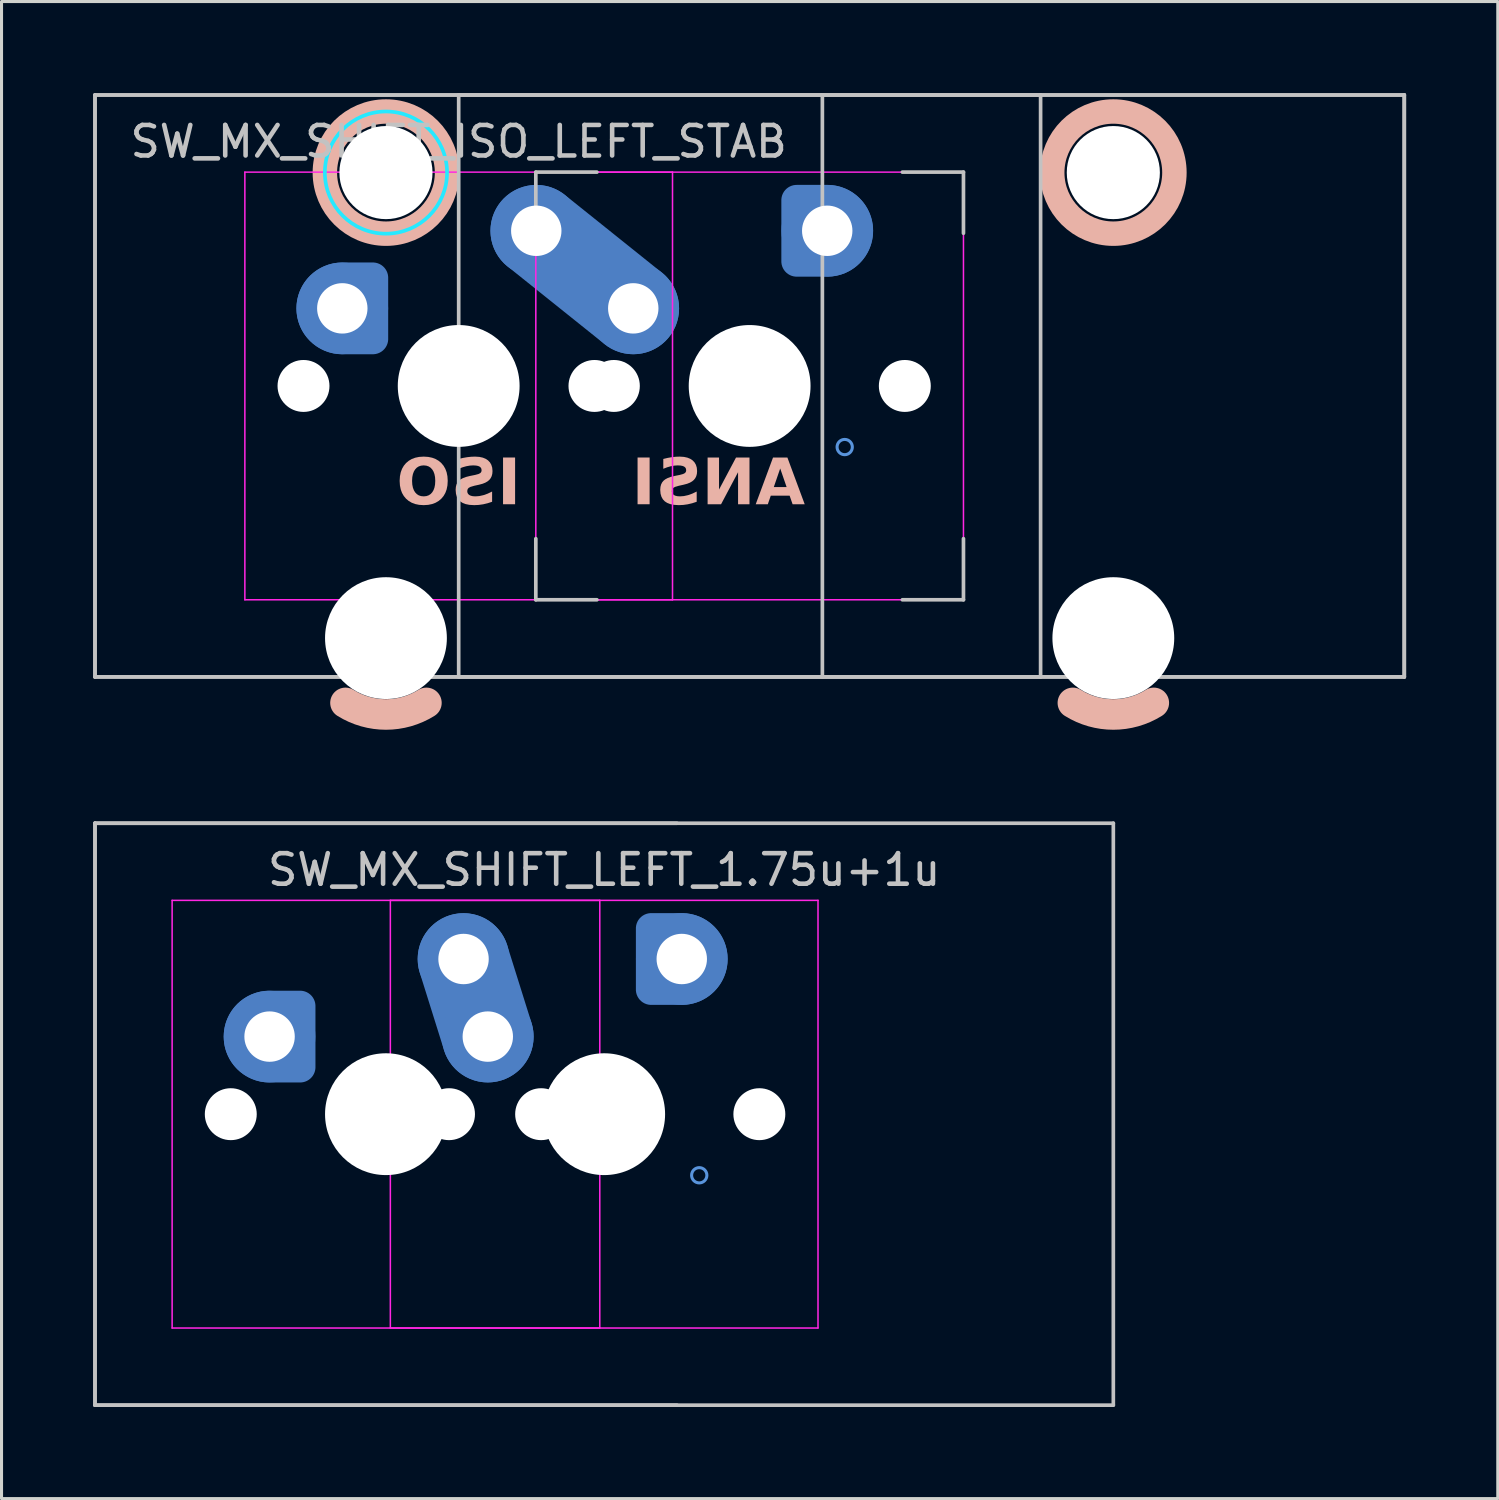
<source format=kicad_pcb>
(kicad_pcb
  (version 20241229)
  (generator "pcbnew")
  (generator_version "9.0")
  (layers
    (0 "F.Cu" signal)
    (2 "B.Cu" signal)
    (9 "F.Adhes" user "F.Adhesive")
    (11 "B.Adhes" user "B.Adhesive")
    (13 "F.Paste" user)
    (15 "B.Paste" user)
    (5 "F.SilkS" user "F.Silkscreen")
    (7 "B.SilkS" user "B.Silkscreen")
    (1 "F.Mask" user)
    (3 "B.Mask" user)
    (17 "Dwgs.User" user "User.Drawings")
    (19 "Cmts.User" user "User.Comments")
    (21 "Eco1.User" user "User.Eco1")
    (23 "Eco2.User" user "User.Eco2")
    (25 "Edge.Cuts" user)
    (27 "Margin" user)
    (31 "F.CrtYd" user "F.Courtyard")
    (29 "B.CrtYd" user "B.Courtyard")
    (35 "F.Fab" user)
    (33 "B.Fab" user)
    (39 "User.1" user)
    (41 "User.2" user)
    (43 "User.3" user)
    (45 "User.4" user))
  (footprint "SW_MX_SHIFT_ISO_LEFT_STAB"
    (layer "F.Cu")
    (at 11.966 9.585)
    (property "Reference" "SW_MX_SHIFT_ISO_LEFT_STAB" (at 0 -8 0) (layer "Dwgs.User") (effects (font (size 1 1) (thickness 0.15))))
    (attr through_hole exclude_from_pos_files exclude_from_bom)
    (fp_arc (start -1.056252 10.374995) (mid -2.38125 10.755) (end -3.706248 10.374995) (stroke (width 1) (type default)) (layer "B.SilkS"))
    (fp_arc (start 22.756248 10.374995) (mid 21.43125 10.755) (end 20.106252 10.374995) (stroke (width 1) (type default)) (layer "B.SilkS"))
    (fp_circle (center -2.381 -6.985) (end -4.381 -6.985) (stroke (width 0.8) (type solid)) (fill no) (layer "B.SilkS"))
    (fp_circle (center 21.431 -6.985) (end 19.431 -6.985) (stroke (width 0.8) (type solid)) (fill no) (layer "B.SilkS"))
    (fp_line (start -11.906 -9.525) (end -11.906 9.525) (stroke (width 0.12) (type solid)) (layer "Dwgs.User"))
    (fp_line (start -11.906 -9.525) (end -11.906 9.525) (stroke (width 0.12) (type solid)) (layer "Dwgs.User"))
    (fp_line (start -11.906 -9.525) (end 30.956 -9.525) (stroke (width 0.12) (type solid)) (layer "Dwgs.User"))
    (fp_line (start -11.906 -9.525) (end 30.956 -9.525) (stroke (width 0.12) (type solid)) (layer "Dwgs.User"))
    (fp_line (start -11.906 9.525) (end 30.956 9.525) (stroke (width 0.12) (type solid)) (layer "Dwgs.User"))
    (fp_line (start -11.906 9.525) (end 30.956 9.525) (stroke (width 0.12) (type solid)) (layer "Dwgs.User"))
    (fp_line (start 0 9.525) (end 0 -9.525) (stroke (width 0.12) (type solid)) (layer "Dwgs.User"))
    (fp_line (start 0 9.525) (end 19.05 9.525) (stroke (width 0.12) (type solid)) (layer "Dwgs.User"))
    (fp_line (start 2.525 -7) (end 4.525 -7) (stroke (width 0.12) (type solid)) (layer "Dwgs.User"))
    (fp_line (start 2.525 -5) (end 2.525 -7) (stroke (width 0.12) (type solid)) (layer "Dwgs.User"))
    (fp_line (start 2.525 7) (end 2.525 5) (stroke (width 0.12) (type solid)) (layer "Dwgs.User"))
    (fp_line (start 4.525 7) (end 2.525 7) (stroke (width 0.12) (type solid)) (layer "Dwgs.User"))
    (fp_line (start 11.906 -9.525) (end 11.906 9.525) (stroke (width 0.12) (type solid)) (layer "Dwgs.User"))
    (fp_line (start 14.525 -7) (end 16.525 -7) (stroke (width 0.12) (type solid)) (layer "Dwgs.User"))
    (fp_line (start 14.525 7) (end 16.525 7) (stroke (width 0.12) (type solid)) (layer "Dwgs.User"))
    (fp_line (start 16.525 -7) (end 16.525 -5) (stroke (width 0.12) (type solid)) (layer "Dwgs.User"))
    (fp_line (start 16.525 7) (end 16.525 5) (stroke (width 0.12) (type solid)) (layer "Dwgs.User"))
    (fp_line (start 19.05 -9.525) (end 0 -9.525) (stroke (width 0.12) (type solid)) (layer "Dwgs.User"))
    (fp_line (start 19.05 9.525) (end 19.05 -9.525) (stroke (width 0.12) (type solid)) (layer "Dwgs.User"))
    (fp_line (start 30.956 -9.525) (end 30.956 9.525) (stroke (width 0.12) (type solid)) (layer "Dwgs.User"))
    (fp_line (start 30.956 -9.525) (end 30.956 9.525) (stroke (width 0.12) (type solid)) (layer "Dwgs.User"))
    (fp_circle (center -3.81 -2.54) (end -3.81 -2.79) (stroke (width 0.1) (type default)) (fill no) (layer "Cmts.User"))
    (fp_circle (center 12.065 -5.08) (end 12.065 -4.83) (stroke (width 0.1) (type default)) (fill no) (layer "Cmts.User"))
    (fp_circle (center 12.637 2) (end 12.637 1.75) (stroke (width 0.1) (type default)) (fill no) (layer "Cmts.User"))
    (fp_line (start -7 6.5) (end -7 -6.5) (stroke (width 0.05) (type solid)) (layer "Eco2.User"))
    (fp_line (start -6.5 -7) (end 6.5 -7) (stroke (width 0.05) (type solid)) (layer "Eco2.User"))
    (fp_line (start -5.756 -5.5) (end -5.756 7.5) (stroke (width 0.05) (type solid)) (layer "Eco2.User"))
    (fp_line (start -5.256 -6) (end 0.494 -6) (stroke (width 0.05) (type solid)) (layer "Eco2.User"))
    (fp_line (start -5.256 8) (end 0.494 8) (stroke (width 0.05) (type solid)) (layer "Eco2.User"))
    (fp_line (start 0.994 -5.5) (end 0.994 7.5) (stroke (width 0.05) (type solid)) (layer "Eco2.User"))
    (fp_line (start 2.525 6.5) (end 2.525 -6.5) (stroke (width 0.05) (type solid)) (layer "Eco2.User"))
    (fp_line (start 3.025 -7) (end 16.025 -7) (stroke (width 0.05) (type solid)) (layer "Eco2.User"))
    (fp_line (start 6.5 7) (end -6.5 7) (stroke (width 0.05) (type solid)) (layer "Eco2.User"))
    (fp_line (start 7 -6.5) (end 7 6.5) (stroke (width 0.05) (type solid)) (layer "Eco2.User"))
    (fp_line (start 16.025 7) (end 3.025 7) (stroke (width 0.05) (type solid)) (layer "Eco2.User"))
    (fp_line (start 16.525 -6.5) (end 16.525 6.5) (stroke (width 0.05) (type solid)) (layer "Eco2.User"))
    (fp_line (start 18.056 -5.5) (end 18.056 7.5) (stroke (width 0.05) (type solid)) (layer "Eco2.User"))
    (fp_line (start 18.556 -6) (end 24.305 -6) (stroke (width 0.05) (type solid)) (layer "Eco2.User"))
    (fp_line (start 18.556 8) (end 24.306 8) (stroke (width 0.05) (type solid)) (layer "Eco2.User"))
    (fp_line (start 24.805 -5.5) (end 24.806 7.5) (stroke (width 0.05) (type solid)) (layer "Eco2.User"))
    (fp_arc (start -7 -6.5) (mid -6.853553 -6.853553) (end -6.5 -7) (stroke (width 0.05) (type solid)) (layer "Eco2.User"))
    (fp_arc (start -6.5 7) (mid -6.853553 6.853553) (end -7 6.5) (stroke (width 0.05) (type solid)) (layer "Eco2.User"))
    (fp_arc (start -5.75625 -5.499999) (mid -5.609803 -5.853552) (end -5.25625 -5.999999) (stroke (width 0.05) (type solid)) (layer "Eco2.User"))
    (fp_arc (start -5.25625 8.000001) (mid -5.609803 7.853554) (end -5.75625 7.500001) (stroke (width 0.05) (type solid)) (layer "Eco2.User"))
    (fp_arc (start 0.49375 -5.999999) (mid 0.847303 -5.853552) (end 0.99375 -5.499999) (stroke (width 0.05) (type solid)) (layer "Eco2.User"))
    (fp_arc (start 0.99375 7.500001) (mid 0.847303 7.853554) (end 0.49375 8.000001) (stroke (width 0.05) (type solid)) (layer "Eco2.User"))
    (fp_arc (start 2.525 -6.5) (mid 2.671444 -6.853571) (end 3.025 -7) (stroke (width 0.05) (type solid)) (layer "Eco2.User"))
    (fp_arc (start 3.025 7) (mid 2.671479 6.853536) (end 2.525 6.5) (stroke (width 0.05) (type solid)) (layer "Eco2.User"))
    (fp_arc (start 6.5 -7) (mid 6.853553 -6.853553) (end 7 -6.5) (stroke (width 0.05) (type solid)) (layer "Eco2.User"))
    (fp_arc (start 6.997236 6.498884) (mid 6.850789 6.852437) (end 6.497236 6.998884) (stroke (width 0.05) (type solid)) (layer "Eco2.User"))
    (fp_arc (start 16.025 -7) (mid 16.378521 -6.853536) (end 16.525 -6.5) (stroke (width 0.05) (type solid)) (layer "Eco2.User"))
    (fp_arc (start 16.522236 6.498884) (mid 16.375794 6.852443) (end 16.022236 6.998884) (stroke (width 0.05) (type solid)) (layer "Eco2.User"))
    (fp_arc (start 18.05625 -5.499999) (mid 18.202685 -5.853564) (end 18.55625 -5.999999) (stroke (width 0.05) (type solid)) (layer "Eco2.User"))
    (fp_arc (start 18.55625 8.000001) (mid 18.202722 7.853529) (end 18.05625 7.500001) (stroke (width 0.05) (type solid)) (layer "Eco2.User"))
    (fp_arc (start 24.305039 -5.999999) (mid 24.658573 -5.853533) (end 24.805039 -5.499999) (stroke (width 0.05) (type solid)) (layer "Eco2.User"))
    (fp_arc (start 24.80625 7.500001) (mid 24.659813 7.853564) (end 24.30625 8.000001) (stroke (width 0.05) (type solid)) (layer "Eco2.User"))
    (fp_circle (center -2.381 -6.985) (end -0.381 -6.985) (stroke (width 0.12) (type solid)) (fill no) (layer "B.CrtYd"))
    (fp_line (start -7 -7) (end -7 7) (stroke (width 0.05) (type solid)) (layer "F.CrtYd"))
    (fp_line (start -7 7) (end 7 7) (stroke (width 0.05) (type solid)) (layer "F.CrtYd"))
    (fp_line (start 2.525 -7) (end 2.525 7) (stroke (width 0.05) (type solid)) (layer "F.CrtYd"))
    (fp_line (start 2.525 7) (end 16.525 7) (stroke (width 0.05) (type solid)) (layer "F.CrtYd"))
    (fp_line (start 7 -7) (end -7 -7) (stroke (width 0.05) (type solid)) (layer "F.CrtYd"))
    (fp_line (start 7 7) (end 7 -7) (stroke (width 0.05) (type solid)) (layer "F.CrtYd"))
    (fp_line (start 16.525 -7) (end 2.525 -7) (stroke (width 0.05) (type solid)) (layer "F.CrtYd"))
    (fp_line (start 16.525 7) (end 16.525 -7) (stroke (width 0.05) (type solid)) (layer "F.CrtYd"))
    (fp_text user "ISO" (at 0 3.25 0) (unlocked yes) (layer "B.SilkS") (effects (font (face "Hitmo2.0") (size 1.5 1.5) (thickness 0.24) (bold yes)) (justify mirror)))
    (fp_text user "ANSI" (at 8.5 3.25 0) (unlocked yes) (layer "B.SilkS") (effects (font (face "Hitmo2.0") (size 1.5 1.5) (thickness 0.24) (bold yes)) (justify mirror)))
    (pad "" np_thru_hole circle (at -5.08 0) (size 1.7 1.7) (drill 1.7) (layers "*.Cu" "*.Mask"))
    (pad "" np_thru_hole circle (at -2.381 -6.985) (size 3.048 3.048) (drill 3.048) (layers "*.Cu" "*.Mask"))
    (pad "" np_thru_hole circle (at -2.381 8.255) (size 3.988 3.988) (drill 3.988) (layers "*.Cu" "*.Mask"))
    (pad "" np_thru_hole circle (at 0 0) (size 3.988 3.988) (drill 3.988) (layers "*.Cu" "*.Mask"))
    (pad "" np_thru_hole circle (at 4.445 0) (size 1.7 1.7) (drill 1.7) (layers "*.Cu" "*.Mask"))
    (pad "" np_thru_hole circle (at 5.08 0) (size 1.7 1.7) (drill 1.7) (layers "*.Cu" "*.Mask"))
    (pad "" np_thru_hole circle (at 9.525 0) (size 3.988 3.988) (drill 3.988) (layers "*.Cu" "*.Mask"))
    (pad "" np_thru_hole circle (at 14.605 0) (size 1.7 1.7) (drill 1.7) (layers "*.Cu" "*.Mask"))
    (pad "" np_thru_hole circle (at 21.431 -6.985) (size 3.048 3.048) (drill 3.048) (layers "*.Cu" "*.Mask"))
    (pad "" np_thru_hole circle (at 21.431 8.255) (size 3.988 3.988) (drill 3.988) (layers "*.Cu" "*.Mask"))
    (pad "1" thru_hole circle (at -3.81 -2.54) (size 2 2) (drill 1.65) (layers "*.Cu") (remove_unused_layers yes) (keep_end_layers yes) (zone_layer_connections))
    (pad "1" smd custom (at -3.81 -2.54) (size 2.7 2.7) (layers "B.Cu" "B.Mask") (options (anchor circle)) (primitives (gr_poly (pts (arc (start 0 1.35) (mid -1.35 0) (end 0 -1.35)) (arc (start 0.9 -1.35) (mid 1.218198 -1.218198) (end 1.35 -0.9)) (arc (start 1.35 0.9) (mid 1.218198 1.218198) (end 0.9 1.35))) (width 0.004) (fill yes))))
    (pad "1" smd circle (at -3.81 -2.54) (size 3 3) (layers "B.Cu"))
    (pad "1" smd custom (at -3.81 -2.54) (size 3 3) (layers "B.Cu") (options (anchor circle)) (primitives (gr_poly (pts (arc (start 0 1.5) (mid -1.5 0) (end 0 -1.5)) (arc (start 1 -1.5) (mid 1.353554 -1.353554) (end 1.5 -1)) (arc (start 1.5 1) (mid 1.353554 1.353554) (end 1 1.5))) (width 0.004) (fill yes))))
    (pad "1" thru_hole circle (at 12.065 -5.08 180) (size 2 2) (drill 1.65) (layers "*.Cu") (remove_unused_layers yes) (keep_end_layers yes) (zone_layer_connections))
    (pad "1" smd custom (at 12.065 -5.08 180) (size 2.7 2.7) (layers "B.Cu" "B.Mask") (options (anchor circle)) (primitives (gr_poly (pts (arc (start 0 1.35) (mid -1.35 0) (end 0 -1.35)) (arc (start 0.9 -1.35) (mid 1.218198 -1.218198) (end 1.35 -0.9)) (arc (start 1.35 0.9) (mid 1.218198 1.218198) (end 0.9 1.35))) (width 0.004) (fill yes))))
    (pad "1" smd circle (at 12.065 -5.08 180) (size 3 3) (layers "B.Cu"))
    (pad "1" smd custom (at 12.065 -5.08 180) (size 3 3) (layers "B.Cu") (options (anchor circle)) (primitives (gr_poly (pts (arc (start 0 1.5) (mid -1.5 0) (end 0 -1.5)) (arc (start 1 -1.5) (mid 1.353554 -1.353554) (end 1.5 -1)) (arc (start 1.5 1) (mid 1.353554 1.353554) (end 1 1.5))) (width 0.004) (fill yes))))
    (pad "2" thru_hole circle (at 2.54 -5.08) (size 2 2) (drill 1.65) (layers "*.Cu") (remove_unused_layers yes) (keep_end_layers yes) (zone_layer_connections))
    (pad "2" smd circle (at 2.54 -5.08) (size 2.7 2.7) (layers "B.Cu" "B.Mask"))
    (pad "2" smd circle (at 2.54 -5.08 180) (size 3 3) (layers "B.Cu"))
    (pad "2" smd oval (at 4.128 -3.81 321.3) (size 6.033 2) (layers "F.Cu"))
    (pad "2" smd oval (at 4.128 -3.81 321.3) (size 7.066 3) (layers "B.Cu"))
    (pad "2" thru_hole circle (at 5.715 -2.54) (size 2 2) (drill 1.65) (layers "*.Cu") (remove_unused_layers yes) (keep_end_layers yes) (zone_layer_connections))
    (pad "2" smd circle (at 5.715 -2.54) (size 2.7 2.7) (layers "B.Cu" "B.Mask"))
    (pad "2" smd circle (at 5.715 -2.54 180) (size 3 3) (layers "B.Cu")))
  (footprint "SW_MX_SHIFT_LEFT_1.75u+1u"
    (layer "F.Cu")
    (at 9.585 33.425)
    (property "Reference" "SW_MX_SHIFT_LEFT_1.75u+1u" (at 7.144 -8 0) (layer "Dwgs.User") (effects (font (size 1 1) (thickness 0.15))))
    (attr through_hole exclude_from_pos_files exclude_from_bom)
    (fp_line (start -9.525 -9.525) (end -9.525 9.525) (stroke (width 0.12) (type solid)) (layer "Dwgs.User"))
    (fp_line (start -9.525 -9.525) (end -9.525 9.525) (stroke (width 0.12) (type solid)) (layer "Dwgs.User"))
    (fp_line (start -9.525 9.525) (end 9.525 9.525) (stroke (width 0.12) (type solid)) (layer "Dwgs.User"))
    (fp_line (start -9.525 9.525) (end 23.812 9.525) (stroke (width 0.12) (type solid)) (layer "Dwgs.User"))
    (fp_line (start 9.525 -9.525) (end -9.525 -9.525) (stroke (width 0.12) (type solid)) (layer "Dwgs.User"))
    (fp_line (start 23.812 -9.525) (end -9.525 -9.525) (stroke (width 0.12) (type solid)) (layer "Dwgs.User"))
    (fp_line (start 23.812 9.525) (end 23.812 -9.525) (stroke (width 0.12) (type solid)) (layer "Dwgs.User"))
    (fp_circle (center -3.81 -2.54) (end -3.81 -2.79) (stroke (width 0.1) (type default)) (fill no) (layer "Cmts.User"))
    (fp_circle (center 9.684 -5.08) (end 9.684 -4.83) (stroke (width 0.1) (type default)) (fill no) (layer "Cmts.User"))
    (fp_circle (center 10.256 2) (end 10.256 1.75) (stroke (width 0.1) (type default)) (fill no) (layer "Cmts.User"))
    (fp_line (start -7 6.5) (end -7 -6.5) (stroke (width 0.05) (type solid)) (layer "Eco2.User"))
    (fp_line (start -6.5 -7) (end 6.5 -7) (stroke (width 0.05) (type solid)) (layer "Eco2.User"))
    (fp_line (start 0.144 6.5) (end 0.144 -6.5) (stroke (width 0.05) (type solid)) (layer "Eco2.User"))
    (fp_line (start 0.644 -7) (end 13.644 -7) (stroke (width 0.05) (type solid)) (layer "Eco2.User"))
    (fp_line (start 6.5 7) (end -6.5 7) (stroke (width 0.05) (type solid)) (layer "Eco2.User"))
    (fp_line (start 7 -6.5) (end 7 6.5) (stroke (width 0.05) (type solid)) (layer "Eco2.User"))
    (fp_line (start 13.644 7) (end 0.644 7) (stroke (width 0.05) (type solid)) (layer "Eco2.User"))
    (fp_line (start 14.144 -6.5) (end 14.144 6.5) (stroke (width 0.05) (type solid)) (layer "Eco2.User"))
    (fp_arc (start -7 -6.5) (mid -6.853553 -6.853553) (end -6.5 -7) (stroke (width 0.05) (type solid)) (layer "Eco2.User"))
    (fp_arc (start -6.5 7) (mid -6.853553 6.853553) (end -7 6.5) (stroke (width 0.05) (type solid)) (layer "Eco2.User"))
    (fp_arc (start 0.14375 -6.5) (mid 0.290197 -6.853553) (end 0.64375 -7) (stroke (width 0.05) (type solid)) (layer "Eco2.User"))
    (fp_arc (start 0.64375 7) (mid 0.290197 6.853553) (end 0.14375 6.5) (stroke (width 0.05) (type solid)) (layer "Eco2.User"))
    (fp_arc (start 6.5 -7) (mid 6.853553 -6.853553) (end 7 -6.5) (stroke (width 0.05) (type solid)) (layer "Eco2.User"))
    (fp_arc (start 6.997236 6.498884) (mid 6.850805 6.852453) (end 6.497236 6.998884) (stroke (width 0.05) (type solid)) (layer "Eco2.User"))
    (fp_arc (start 13.64375 -7) (mid 13.997303 -6.853553) (end 14.14375 -6.5) (stroke (width 0.05) (type solid)) (layer "Eco2.User"))
    (fp_arc (start 14.140986 6.498884) (mid 13.994547 6.85246) (end 13.640986 6.998884) (stroke (width 0.05) (type solid)) (layer "Eco2.User"))
    (fp_line (start -7 -7) (end -7 7) (stroke (width 0.05) (type solid)) (layer "F.CrtYd"))
    (fp_line (start -7 7) (end 7 7) (stroke (width 0.05) (type solid)) (layer "F.CrtYd"))
    (fp_line (start 0.144 -7) (end 0.144 7) (stroke (width 0.05) (type solid)) (layer "F.CrtYd"))
    (fp_line (start 0.144 7) (end 14.144 7) (stroke (width 0.05) (type solid)) (layer "F.CrtYd"))
    (fp_line (start 7 -7) (end -7 -7) (stroke (width 0.05) (type solid)) (layer "F.CrtYd"))
    (fp_line (start 7 7) (end 7 -7) (stroke (width 0.05) (type solid)) (layer "F.CrtYd"))
    (fp_line (start 14.144 -7) (end 0.144 -7) (stroke (width 0.05) (type solid)) (layer "F.CrtYd"))
    (fp_line (start 14.144 7) (end 14.144 -7) (stroke (width 0.05) (type solid)) (layer "F.CrtYd"))
    (pad "" np_thru_hole circle (at -5.08 0) (size 1.7 1.7) (drill 1.7) (layers "*.Cu" "*.Mask"))
    (pad "" np_thru_hole circle (at 0 0) (size 3.988 3.988) (drill 3.988) (layers "*.Cu" "*.Mask"))
    (pad "" np_thru_hole circle (at 2.064 0) (size 1.7 1.7) (drill 1.7) (layers "*.Cu" "*.Mask"))
    (pad "" np_thru_hole circle (at 5.08 0) (size 1.7 1.7) (drill 1.7) (layers "*.Cu" "*.Mask"))
    (pad "" np_thru_hole circle (at 7.144 0) (size 3.988 3.988) (drill 3.988) (layers "*.Cu" "*.Mask"))
    (pad "" np_thru_hole circle (at 12.224 0) (size 1.7 1.7) (drill 1.7) (layers "*.Cu" "*.Mask"))
    (pad "1" thru_hole circle (at -3.81 -2.54) (size 2 2) (drill 1.65) (layers "*.Cu") (remove_unused_layers yes) (keep_end_layers yes) (zone_layer_connections))
    (pad "1" smd custom (at -3.81 -2.54) (size 2.7 2.7) (layers "B.Cu" "B.Mask") (options (anchor circle)) (primitives (gr_poly (pts (arc (start 0 1.35) (mid -1.35 0) (end 0 -1.35)) (arc (start 0.9 -1.35) (mid 1.218198 -1.218198) (end 1.35 -0.9)) (arc (start 1.35 0.9) (mid 1.218198 1.218198) (end 0.9 1.35))) (width 0.004) (fill yes))))
    (pad "1" smd circle (at -3.81 -2.54) (size 3 3) (layers "B.Cu"))
    (pad "1" smd custom (at -3.81 -2.54) (size 3 3) (layers "B.Cu") (options (anchor circle)) (primitives (gr_poly (pts (arc (start 0 1.5) (mid -1.5 0) (end 0 -1.5)) (arc (start 1 -1.5) (mid 1.353554 -1.353554) (end 1.5 -1)) (arc (start 1.5 1) (mid 1.353554 1.353554) (end 1 1.5))) (width 0.004) (fill yes))))
    (pad "1" thru_hole circle (at 9.684 -5.08 180) (size 2 2) (drill 1.65) (layers "*.Cu") (remove_unused_layers yes) (keep_end_layers yes) (zone_layer_connections))
    (pad "1" smd custom (at 9.684 -5.08 180) (size 2.7 2.7) (layers "B.Cu" "B.Mask") (options (anchor circle)) (primitives (gr_poly (pts (arc (start 0 1.35) (mid -1.35 0) (end 0 -1.35)) (arc (start 0.9 -1.35) (mid 1.218198 -1.218198) (end 1.35 -0.9)) (arc (start 1.35 0.9) (mid 1.218198 1.218198) (end 0.9 1.35))) (width 0.004) (fill yes))))
    (pad "1" smd circle (at 9.684 -5.08 180) (size 3 3) (layers "B.Cu"))
    (pad "1" smd custom (at 9.684 -5.08 180) (size 3 3) (layers "B.Cu") (options (anchor circle)) (primitives (gr_poly (pts (arc (start 0 1.5) (mid -1.5 0) (end 0 -1.5)) (arc (start 1 -1.5) (mid 1.353554 -1.353554) (end 1.5 -1)) (arc (start 1.5 1) (mid 1.353554 1.353554) (end 1 1.5))) (width 0.004) (fill yes))))
    (pad "2" thru_hole circle (at 2.54 -5.08) (size 2 2) (drill 1.65) (layers "*.Cu") (remove_unused_layers yes) (keep_end_layers yes) (zone_layer_connections))
    (pad "2" smd circle (at 2.54 -5.08) (size 2.7 2.7) (layers "B.Cu" "B.Mask"))
    (pad "2" smd circle (at 2.54 -5.08) (size 3 3) (layers "B.Cu"))
    (pad "2" smd oval (at 2.936 -3.81 197.4) (size 2 4.661) (layers "F.Cu"))
    (pad "2" smd oval (at 2.936 -3.81 197.4) (size 3 5.661) (layers "B.Cu"))
    (pad "2" thru_hole circle (at 3.334 -2.54) (size 2 2) (drill 1.65) (layers "*.Cu") (remove_unused_layers yes) (keep_end_layers yes) (zone_layer_connections))
    (pad "2" smd circle (at 3.334 -2.54) (size 2.7 2.7) (layers "B.Cu" "B.Mask"))
    (pad "2" smd circle (at 3.334 -2.54) (size 3 3) (layers "B.Cu")))
  (gr_rect
    (start -3 -3)
    (end 45.983 46.01)
    (stroke (width 0.1) (type default))
    (fill no)
    (layer "Edge.Cuts")))
</source>
